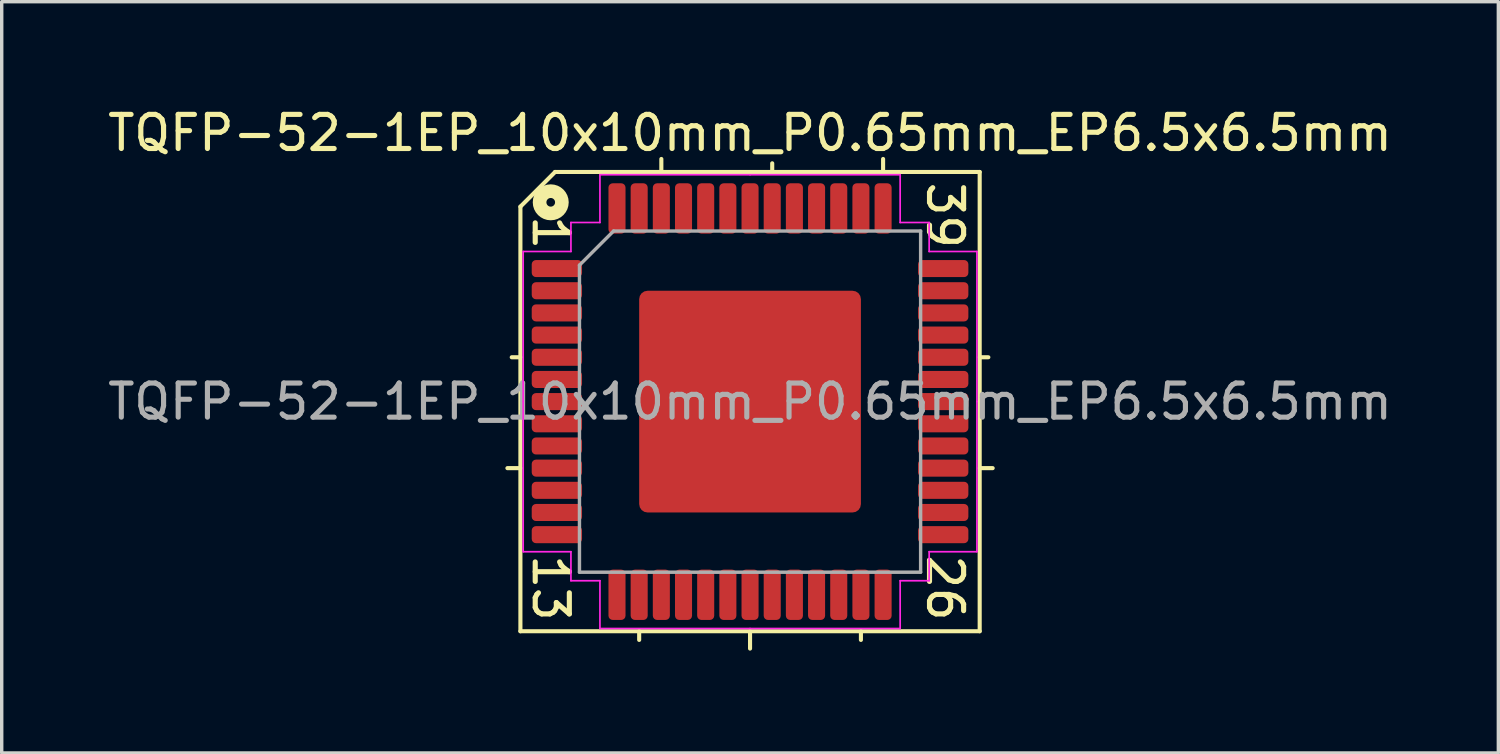
<source format=kicad_pcb>
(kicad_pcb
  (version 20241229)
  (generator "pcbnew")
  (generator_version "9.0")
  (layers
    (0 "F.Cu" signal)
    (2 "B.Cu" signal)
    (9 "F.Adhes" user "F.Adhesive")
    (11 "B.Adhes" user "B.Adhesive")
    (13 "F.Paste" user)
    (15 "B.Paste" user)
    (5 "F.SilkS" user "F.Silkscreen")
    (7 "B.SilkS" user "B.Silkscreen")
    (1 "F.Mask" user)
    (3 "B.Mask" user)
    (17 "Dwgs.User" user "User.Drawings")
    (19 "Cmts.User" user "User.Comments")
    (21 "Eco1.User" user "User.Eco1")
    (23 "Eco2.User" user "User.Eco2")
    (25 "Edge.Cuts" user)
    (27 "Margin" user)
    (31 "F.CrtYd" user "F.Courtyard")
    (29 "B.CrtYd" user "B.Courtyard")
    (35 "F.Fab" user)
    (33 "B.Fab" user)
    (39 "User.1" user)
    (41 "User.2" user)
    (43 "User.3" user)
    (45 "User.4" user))
  (footprint "TQFP-52-1EP_10x10mm_P0.65mm_EP6.5x6.5mm"
    (layer "F.Cu")
    (at 18.935 8.722)
    (property "Reference" "TQFP-52-1EP_10x10mm_P0.65mm_EP6.5x6.5mm" (at 0 -7.874 0) (layer "F.SilkS") (effects (font (size 1 1) (thickness 0.15))))
    (attr smd)
    (fp_line (start -6.731 -5.715) (end -6.731 6.731) (stroke (width 0.12) (type solid)) (layer "F.SilkS"))
    (fp_line (start -6.731 -1.3) (end -6.985 -1.3) (stroke (width 0.12) (type solid)) (layer "F.SilkS"))
    (fp_line (start -6.731 1.95) (end -7.112 1.95) (stroke (width 0.12) (type solid)) (layer "F.SilkS"))
    (fp_line (start -6.731 6.731) (end 6.731 6.731) (stroke (width 0.12) (type solid)) (layer "F.SilkS"))
    (fp_line (start -5.715 -6.731) (end -6.731 -5.715) (stroke (width 0.12) (type solid)) (layer "F.SilkS"))
    (fp_line (start -3.25 6.731) (end -3.25 6.985) (stroke (width 0.12) (type solid)) (layer "F.SilkS"))
    (fp_line (start -2.6 -6.731) (end -2.6 -7.112) (stroke (width 0.12) (type solid)) (layer "F.SilkS"))
    (fp_line (start 0 6.731) (end 0 7.239) (stroke (width 0.12) (type solid)) (layer "F.SilkS"))
    (fp_line (start 0.65 -6.731) (end 0.65 -6.985) (stroke (width 0.12) (type solid)) (layer "F.SilkS"))
    (fp_line (start 3.25 6.731) (end 3.25 6.985) (stroke (width 0.12) (type solid)) (layer "F.SilkS"))
    (fp_line (start 3.9 -6.731) (end 3.9 -7.112) (stroke (width 0.12) (type solid)) (layer "F.SilkS"))
    (fp_line (start 6.731 -6.731) (end -5.715 -6.731) (stroke (width 0.12) (type solid)) (layer "F.SilkS"))
    (fp_line (start 6.731 -1.3) (end 6.985 -1.3) (stroke (width 0.12) (type solid)) (layer "F.SilkS"))
    (fp_line (start 6.731 1.95) (end 7.112 1.95) (stroke (width 0.12) (type solid)) (layer "F.SilkS"))
    (fp_line (start 6.731 6.731) (end 6.731 -6.731) (stroke (width 0.12) (type solid)) (layer "F.SilkS"))
    (fp_circle (center -5.842 -5.842) (end -5.715 -5.842) (stroke (width 0.4) (type solid)) (fill no) (layer "F.SilkS"))
    (fp_line (start -6.65 -4.4) (end -6.65 0) (stroke (width 0.05) (type solid)) (layer "F.CrtYd"))
    (fp_line (start -6.65 4.4) (end -6.65 0) (stroke (width 0.05) (type solid)) (layer "F.CrtYd"))
    (fp_line (start -5.25 -5.25) (end -5.25 -4.4) (stroke (width 0.05) (type solid)) (layer "F.CrtYd"))
    (fp_line (start -5.25 -4.4) (end -6.65 -4.4) (stroke (width 0.05) (type solid)) (layer "F.CrtYd"))
    (fp_line (start -5.25 4.4) (end -6.65 4.4) (stroke (width 0.05) (type solid)) (layer "F.CrtYd"))
    (fp_line (start -5.25 5.25) (end -5.25 4.4) (stroke (width 0.05) (type solid)) (layer "F.CrtYd"))
    (fp_line (start -4.4 -6.65) (end -4.4 -5.25) (stroke (width 0.05) (type solid)) (layer "F.CrtYd"))
    (fp_line (start -4.4 -5.25) (end -5.25 -5.25) (stroke (width 0.05) (type solid)) (layer "F.CrtYd"))
    (fp_line (start -4.4 5.25) (end -5.25 5.25) (stroke (width 0.05) (type solid)) (layer "F.CrtYd"))
    (fp_line (start -4.4 6.65) (end -4.4 5.25) (stroke (width 0.05) (type solid)) (layer "F.CrtYd"))
    (fp_line (start 0 -6.65) (end -4.4 -6.65) (stroke (width 0.05) (type solid)) (layer "F.CrtYd"))
    (fp_line (start 0 -6.65) (end 4.4 -6.65) (stroke (width 0.05) (type solid)) (layer "F.CrtYd"))
    (fp_line (start 0 6.65) (end -4.4 6.65) (stroke (width 0.05) (type solid)) (layer "F.CrtYd"))
    (fp_line (start 0 6.65) (end 4.4 6.65) (stroke (width 0.05) (type solid)) (layer "F.CrtYd"))
    (fp_line (start 4.4 -6.65) (end 4.4 -5.25) (stroke (width 0.05) (type solid)) (layer "F.CrtYd"))
    (fp_line (start 4.4 -5.25) (end 5.25 -5.25) (stroke (width 0.05) (type solid)) (layer "F.CrtYd"))
    (fp_line (start 4.4 5.25) (end 5.25 5.25) (stroke (width 0.05) (type solid)) (layer "F.CrtYd"))
    (fp_line (start 4.4 6.65) (end 4.4 5.25) (stroke (width 0.05) (type solid)) (layer "F.CrtYd"))
    (fp_line (start 5.25 -5.25) (end 5.25 -4.4) (stroke (width 0.05) (type solid)) (layer "F.CrtYd"))
    (fp_line (start 5.25 -4.4) (end 6.65 -4.4) (stroke (width 0.05) (type solid)) (layer "F.CrtYd"))
    (fp_line (start 5.25 4.4) (end 6.65 4.4) (stroke (width 0.05) (type solid)) (layer "F.CrtYd"))
    (fp_line (start 5.25 5.25) (end 5.25 4.4) (stroke (width 0.05) (type solid)) (layer "F.CrtYd"))
    (fp_line (start 6.65 -4.4) (end 6.65 0) (stroke (width 0.05) (type solid)) (layer "F.CrtYd"))
    (fp_line (start 6.65 4.4) (end 6.65 0) (stroke (width 0.05) (type solid)) (layer "F.CrtYd"))
    (fp_line (start -5 -4) (end -4 -5) (stroke (width 0.1) (type solid)) (layer "F.Fab"))
    (fp_line (start -5 5) (end -5 -4) (stroke (width 0.1) (type solid)) (layer "F.Fab"))
    (fp_line (start -4 -5) (end 5 -5) (stroke (width 0.1) (type solid)) (layer "F.Fab"))
    (fp_line (start 5 -5) (end 5 5) (stroke (width 0.1) (type solid)) (layer "F.Fab"))
    (fp_line (start 5 5) (end -5 5) (stroke (width 0.1) (type solid)) (layer "F.Fab"))
    (fp_text user "26" (at 5.715 5.461 270) (unlocked yes) (layer "F.SilkS") (effects (font (size 1 1) (thickness 0.15))))
    (fp_text user "1" (at -5.842 -4.953 270) (unlocked yes) (layer "F.SilkS") (effects (font (size 1 1) (thickness 0.15))))
    (fp_text user "39" (at 5.715 -5.461 270) (unlocked yes) (layer "F.SilkS") (effects (font (size 1 1) (thickness 0.15))))
    (fp_text user "13" (at -5.842 5.461 270) (unlocked yes) (layer "F.SilkS") (effects (font (size 1 1) (thickness 0.15))))
    (fp_text user "${REFERENCE}" (at 0 0 0) (layer "F.Fab") (effects (font (size 1 1) (thickness 0.15))))
    (pad "" smd roundrect (at -2.6 -2.6) (size 1.05 1.05) (layers "F.Paste") (roundrect_rratio 0.238))
    (pad "" smd roundrect (at -2.6 -1.3) (size 1.05 1.05) (layers "F.Paste") (roundrect_rratio 0.238))
    (pad "" smd roundrect (at -2.6 0) (size 1.05 1.05) (layers "F.Paste") (roundrect_rratio 0.238))
    (pad "" smd roundrect (at -2.6 1.3) (size 1.05 1.05) (layers "F.Paste") (roundrect_rratio 0.238))
    (pad "" smd roundrect (at -2.6 2.6) (size 1.05 1.05) (layers "F.Paste") (roundrect_rratio 0.238))
    (pad "" smd roundrect (at -1.3 -2.6) (size 1.05 1.05) (layers "F.Paste") (roundrect_rratio 0.238))
    (pad "" smd roundrect (at -1.3 -1.3) (size 1.05 1.05) (layers "F.Paste") (roundrect_rratio 0.238))
    (pad "" smd roundrect (at -1.3 0) (size 1.05 1.05) (layers "F.Paste") (roundrect_rratio 0.238))
    (pad "" smd roundrect (at -1.3 1.3) (size 1.05 1.05) (layers "F.Paste") (roundrect_rratio 0.238))
    (pad "" smd roundrect (at -1.3 2.6) (size 1.05 1.05) (layers "F.Paste") (roundrect_rratio 0.238))
    (pad "" smd roundrect (at 0 -2.6) (size 1.05 1.05) (layers "F.Paste") (roundrect_rratio 0.238))
    (pad "" smd roundrect (at 0 -1.3) (size 1.05 1.05) (layers "F.Paste") (roundrect_rratio 0.238))
    (pad "" smd roundrect (at 0 0) (size 1.05 1.05) (layers "F.Paste") (roundrect_rratio 0.238))
    (pad "" smd roundrect (at 0 1.3) (size 1.05 1.05) (layers "F.Paste") (roundrect_rratio 0.238))
    (pad "" smd roundrect (at 0 2.6) (size 1.05 1.05) (layers "F.Paste") (roundrect_rratio 0.238))
    (pad "" smd roundrect (at 1.3 -2.6) (size 1.05 1.05) (layers "F.Paste") (roundrect_rratio 0.238))
    (pad "" smd roundrect (at 1.3 -1.3) (size 1.05 1.05) (layers "F.Paste") (roundrect_rratio 0.238))
    (pad "" smd roundrect (at 1.3 0) (size 1.05 1.05) (layers "F.Paste") (roundrect_rratio 0.238))
    (pad "" smd roundrect (at 1.3 1.3) (size 1.05 1.05) (layers "F.Paste") (roundrect_rratio 0.238))
    (pad "" smd roundrect (at 1.3 2.6) (size 1.05 1.05) (layers "F.Paste") (roundrect_rratio 0.238))
    (pad "" smd roundrect (at 2.6 -2.6) (size 1.05 1.05) (layers "F.Paste") (roundrect_rratio 0.238))
    (pad "" smd roundrect (at 2.6 -1.3) (size 1.05 1.05) (layers "F.Paste") (roundrect_rratio 0.238))
    (pad "" smd roundrect (at 2.6 0) (size 1.05 1.05) (layers "F.Paste") (roundrect_rratio 0.238))
    (pad "" smd roundrect (at 2.6 1.3) (size 1.05 1.05) (layers "F.Paste") (roundrect_rratio 0.238))
    (pad "" smd roundrect (at 2.6 2.6) (size 1.05 1.05) (layers "F.Paste") (roundrect_rratio 0.238))
    (pad "1" smd roundrect (at -5.662 -3.9) (size 1.475 0.5) (layers "F.Cu" "F.Mask" "F.Paste") (roundrect_rratio 0.25))
    (pad "2" smd roundrect (at -5.662 -3.25) (size 1.475 0.5) (layers "F.Cu" "F.Mask" "F.Paste") (roundrect_rratio 0.25))
    (pad "3" smd roundrect (at -5.662 -2.6) (size 1.475 0.5) (layers "F.Cu" "F.Mask" "F.Paste") (roundrect_rratio 0.25))
    (pad "4" smd roundrect (at -5.662 -1.95) (size 1.475 0.5) (layers "F.Cu" "F.Mask" "F.Paste") (roundrect_rratio 0.25))
    (pad "5" smd roundrect (at -5.662 -1.3) (size 1.475 0.5) (layers "F.Cu" "F.Mask" "F.Paste") (roundrect_rratio 0.25))
    (pad "6" smd roundrect (at -5.662 -0.65) (size 1.475 0.5) (layers "F.Cu" "F.Mask" "F.Paste") (roundrect_rratio 0.25))
    (pad "7" smd roundrect (at -5.662 0) (size 1.475 0.5) (layers "F.Cu" "F.Mask" "F.Paste") (roundrect_rratio 0.25))
    (pad "8" smd roundrect (at -5.662 0.65) (size 1.475 0.5) (layers "F.Cu" "F.Mask" "F.Paste") (roundrect_rratio 0.25))
    (pad "9" smd roundrect (at -5.662 1.3) (size 1.475 0.5) (layers "F.Cu" "F.Mask" "F.Paste") (roundrect_rratio 0.25))
    (pad "10" smd roundrect (at -5.662 1.95) (size 1.475 0.5) (layers "F.Cu" "F.Mask" "F.Paste") (roundrect_rratio 0.25))
    (pad "11" smd roundrect (at -5.662 2.6) (size 1.475 0.5) (layers "F.Cu" "F.Mask" "F.Paste") (roundrect_rratio 0.25))
    (pad "12" smd roundrect (at -5.662 3.25) (size 1.475 0.5) (layers "F.Cu" "F.Mask" "F.Paste") (roundrect_rratio 0.25))
    (pad "13" smd roundrect (at -5.662 3.9) (size 1.475 0.5) (layers "F.Cu" "F.Mask" "F.Paste") (roundrect_rratio 0.25))
    (pad "14" smd roundrect (at -3.9 5.662) (size 0.5 1.475) (layers "F.Cu" "F.Mask" "F.Paste") (roundrect_rratio 0.25))
    (pad "15" smd roundrect (at -3.25 5.662) (size 0.5 1.475) (layers "F.Cu" "F.Mask" "F.Paste") (roundrect_rratio 0.25))
    (pad "16" smd roundrect (at -2.6 5.662) (size 0.5 1.475) (layers "F.Cu" "F.Mask" "F.Paste") (roundrect_rratio 0.25))
    (pad "17" smd roundrect (at -1.95 5.662) (size 0.5 1.475) (layers "F.Cu" "F.Mask" "F.Paste") (roundrect_rratio 0.25))
    (pad "18" smd roundrect (at -1.3 5.662) (size 0.5 1.475) (layers "F.Cu" "F.Mask" "F.Paste") (roundrect_rratio 0.25))
    (pad "19" smd roundrect (at -0.65 5.662) (size 0.5 1.475) (layers "F.Cu" "F.Mask" "F.Paste") (roundrect_rratio 0.25))
    (pad "20" smd roundrect (at 0 5.662) (size 0.5 1.475) (layers "F.Cu" "F.Mask" "F.Paste") (roundrect_rratio 0.25))
    (pad "21" smd roundrect (at 0.65 5.662) (size 0.5 1.475) (layers "F.Cu" "F.Mask" "F.Paste") (roundrect_rratio 0.25))
    (pad "22" smd roundrect (at 1.3 5.662) (size 0.5 1.475) (layers "F.Cu" "F.Mask" "F.Paste") (roundrect_rratio 0.25))
    (pad "23" smd roundrect (at 1.95 5.662) (size 0.5 1.475) (layers "F.Cu" "F.Mask" "F.Paste") (roundrect_rratio 0.25))
    (pad "24" smd roundrect (at 2.6 5.662) (size 0.5 1.475) (layers "F.Cu" "F.Mask" "F.Paste") (roundrect_rratio 0.25))
    (pad "25" smd roundrect (at 3.25 5.662) (size 0.5 1.475) (layers "F.Cu" "F.Mask" "F.Paste") (roundrect_rratio 0.25))
    (pad "26" smd roundrect (at 3.9 5.662) (size 0.5 1.475) (layers "F.Cu" "F.Mask" "F.Paste") (roundrect_rratio 0.25))
    (pad "27" smd roundrect (at 5.662 3.9) (size 1.475 0.5) (layers "F.Cu" "F.Mask" "F.Paste") (roundrect_rratio 0.25))
    (pad "28" smd roundrect (at 5.662 3.25) (size 1.475 0.5) (layers "F.Cu" "F.Mask" "F.Paste") (roundrect_rratio 0.25))
    (pad "29" smd roundrect (at 5.662 2.6) (size 1.475 0.5) (layers "F.Cu" "F.Mask" "F.Paste") (roundrect_rratio 0.25))
    (pad "30" smd roundrect (at 5.662 1.95) (size 1.475 0.5) (layers "F.Cu" "F.Mask" "F.Paste") (roundrect_rratio 0.25))
    (pad "31" smd roundrect (at 5.662 1.3) (size 1.475 0.5) (layers "F.Cu" "F.Mask" "F.Paste") (roundrect_rratio 0.25))
    (pad "32" smd roundrect (at 5.662 0.65) (size 1.475 0.5) (layers "F.Cu" "F.Mask" "F.Paste") (roundrect_rratio 0.25))
    (pad "33" smd roundrect (at 5.662 0) (size 1.475 0.5) (layers "F.Cu" "F.Mask" "F.Paste") (roundrect_rratio 0.25))
    (pad "34" smd roundrect (at 5.662 -0.65) (size 1.475 0.5) (layers "F.Cu" "F.Mask" "F.Paste") (roundrect_rratio 0.25))
    (pad "35" smd roundrect (at 5.662 -1.3) (size 1.475 0.5) (layers "F.Cu" "F.Mask" "F.Paste") (roundrect_rratio 0.25))
    (pad "36" smd roundrect (at 5.662 -1.95) (size 1.475 0.5) (layers "F.Cu" "F.Mask" "F.Paste") (roundrect_rratio 0.25))
    (pad "37" smd roundrect (at 5.662 -2.6) (size 1.475 0.5) (layers "F.Cu" "F.Mask" "F.Paste") (roundrect_rratio 0.25))
    (pad "38" smd roundrect (at 5.662 -3.25) (size 1.475 0.5) (layers "F.Cu" "F.Mask" "F.Paste") (roundrect_rratio 0.25))
    (pad "39" smd roundrect (at 5.662 -3.9) (size 1.475 0.5) (layers "F.Cu" "F.Mask" "F.Paste") (roundrect_rratio 0.25))
    (pad "40" smd roundrect (at 3.9 -5.662) (size 0.5 1.475) (layers "F.Cu" "F.Mask" "F.Paste") (roundrect_rratio 0.25))
    (pad "41" smd roundrect (at 3.25 -5.662) (size 0.5 1.475) (layers "F.Cu" "F.Mask" "F.Paste") (roundrect_rratio 0.25))
    (pad "42" smd roundrect (at 2.6 -5.662) (size 0.5 1.475) (layers "F.Cu" "F.Mask" "F.Paste") (roundrect_rratio 0.25))
    (pad "43" smd roundrect (at 1.95 -5.662) (size 0.5 1.475) (layers "F.Cu" "F.Mask" "F.Paste") (roundrect_rratio 0.25))
    (pad "44" smd roundrect (at 1.3 -5.662) (size 0.5 1.475) (layers "F.Cu" "F.Mask" "F.Paste") (roundrect_rratio 0.25))
    (pad "45" smd roundrect (at 0.65 -5.662) (size 0.5 1.475) (layers "F.Cu" "F.Mask" "F.Paste") (roundrect_rratio 0.25))
    (pad "46" smd roundrect (at 0 -5.662) (size 0.5 1.475) (layers "F.Cu" "F.Mask" "F.Paste") (roundrect_rratio 0.25))
    (pad "47" smd roundrect (at -0.65 -5.662) (size 0.5 1.475) (layers "F.Cu" "F.Mask" "F.Paste") (roundrect_rratio 0.25))
    (pad "48" smd roundrect (at -1.3 -5.662) (size 0.5 1.475) (layers "F.Cu" "F.Mask" "F.Paste") (roundrect_rratio 0.25))
    (pad "49" smd roundrect (at -1.95 -5.662) (size 0.5 1.475) (layers "F.Cu" "F.Mask" "F.Paste") (roundrect_rratio 0.25))
    (pad "50" smd roundrect (at -2.6 -5.662) (size 0.5 1.475) (layers "F.Cu" "F.Mask" "F.Paste") (roundrect_rratio 0.25))
    (pad "51" smd roundrect (at -3.25 -5.662) (size 0.5 1.475) (layers "F.Cu" "F.Mask" "F.Paste") (roundrect_rratio 0.25))
    (pad "52" smd roundrect (at -3.9 -5.662) (size 0.5 1.475) (layers "F.Cu" "F.Mask" "F.Paste") (roundrect_rratio 0.25))
    (pad "53" smd roundrect (at 0 0) (size 6.5 6.5) (layers "F.Cu" "F.Mask") (roundrect_rratio 0.038)))
  (gr_rect
    (start -3 -3)
    (end 40.869 19.021)
    (stroke (width 0.1) (type default))
    (fill no)
    (layer "Edge.Cuts")))
</source>
